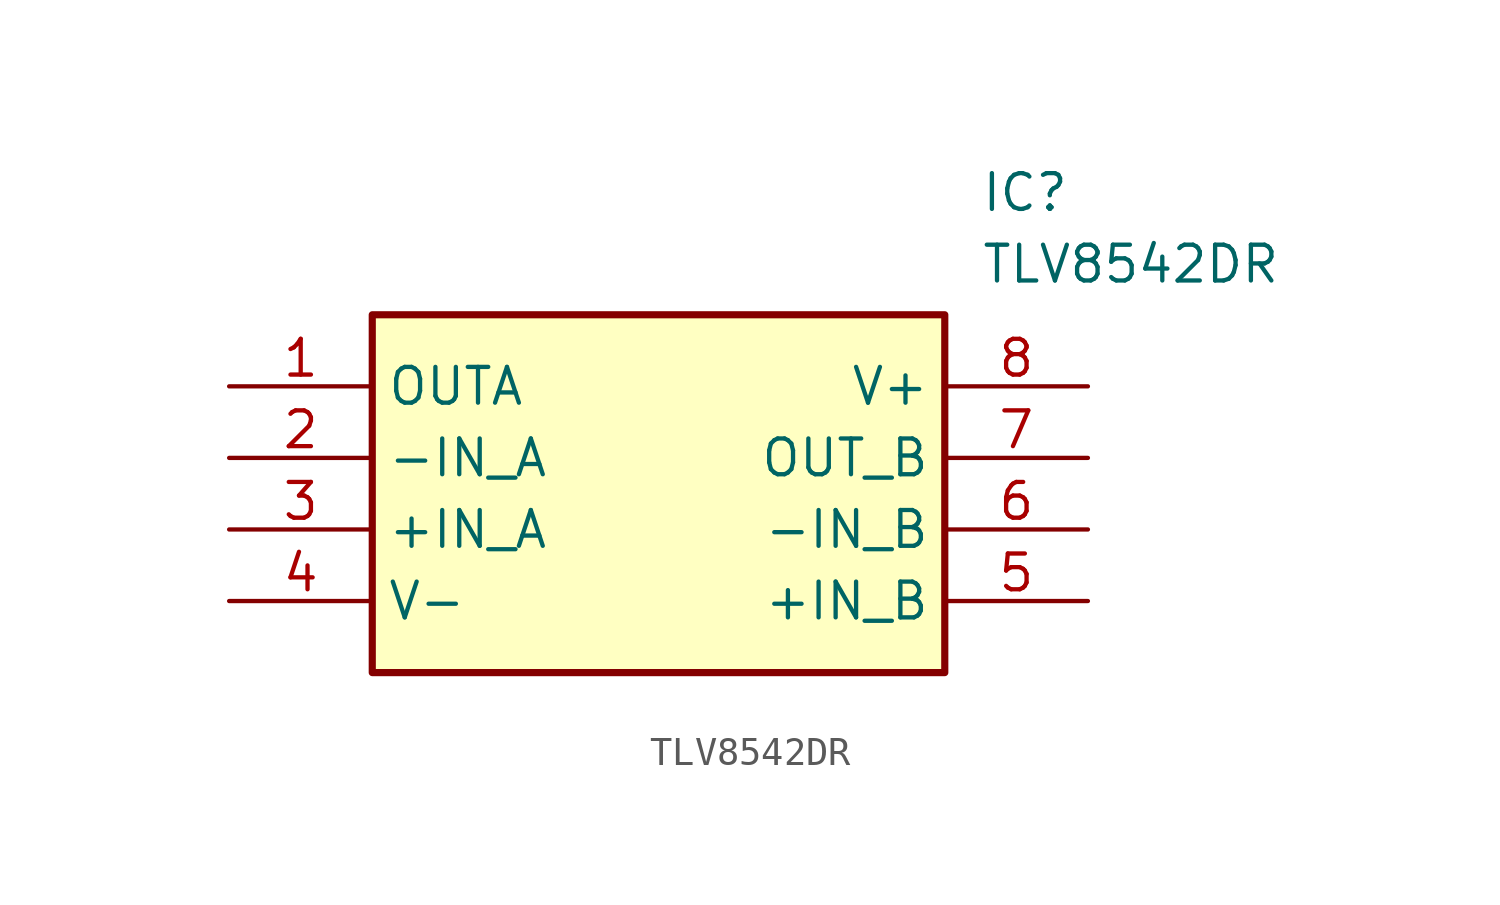
<source format=kicad_sym>
(kicad_symbol_lib
  (version 20211014)
  (generator SamacSys_ECAD_Model)
  (symbol "TLV8542DR"
    (property "Reference" "IC"
      (at 26.67 7.62 0)
      (effects (font (size 1.27 1.27)) (justify left top)))
    (property "Value" "TLV8542DR"
      (at 26.67 5.08 0)
      (effects (font (size 1.27 1.27)) (justify left top)))
    (rectangle
      (start 5.08 2.54)
      (end 25.4 -10.16)
      (stroke (width 0.254) (type default))
      (fill (type background)))
    (pin passive line
      (at 0 0 0)
      (length 5.08)
      (name "OUTA" (effects (font (size 1.27 1.27))))
      (number "1" (effects (font (size 1.27 1.27)))))
    (pin passive line
      (at 0 -2.54 0)
      (length 5.08)
      (name "-IN_A" (effects (font (size 1.27 1.27))))
      (number "2" (effects (font (size 1.27 1.27)))))
    (pin passive line
      (at 0 -5.08 0)
      (length 5.08)
      (name "+IN_A" (effects (font (size 1.27 1.27))))
      (number "3" (effects (font (size 1.27 1.27)))))
    (pin passive line
      (at 0 -7.62 0)
      (length 5.08)
      (name "V-" (effects (font (size 1.27 1.27))))
      (number "4" (effects (font (size 1.27 1.27)))))
    (pin passive line
      (at 30.48 0 180)
      (length 5.08)
      (name "V+" (effects (font (size 1.27 1.27))))
      (number "8" (effects (font (size 1.27 1.27)))))
    (pin passive line
      (at 30.48 -2.54 180)
      (length 5.08)
      (name "OUT_B" (effects (font (size 1.27 1.27))))
      (number "7" (effects (font (size 1.27 1.27)))))
    (pin passive line
      (at 30.48 -5.08 180)
      (length 5.08)
      (name "-IN_B" (effects (font (size 1.27 1.27))))
      (number "6" (effects (font (size 1.27 1.27)))))
    (pin passive line
      (at 30.48 -7.62 180)
      (length 5.08)
      (name "+IN_B" (effects (font (size 1.27 1.27))))
      (number "5" (effects (font (size 1.27 1.27)))))))
</source>
